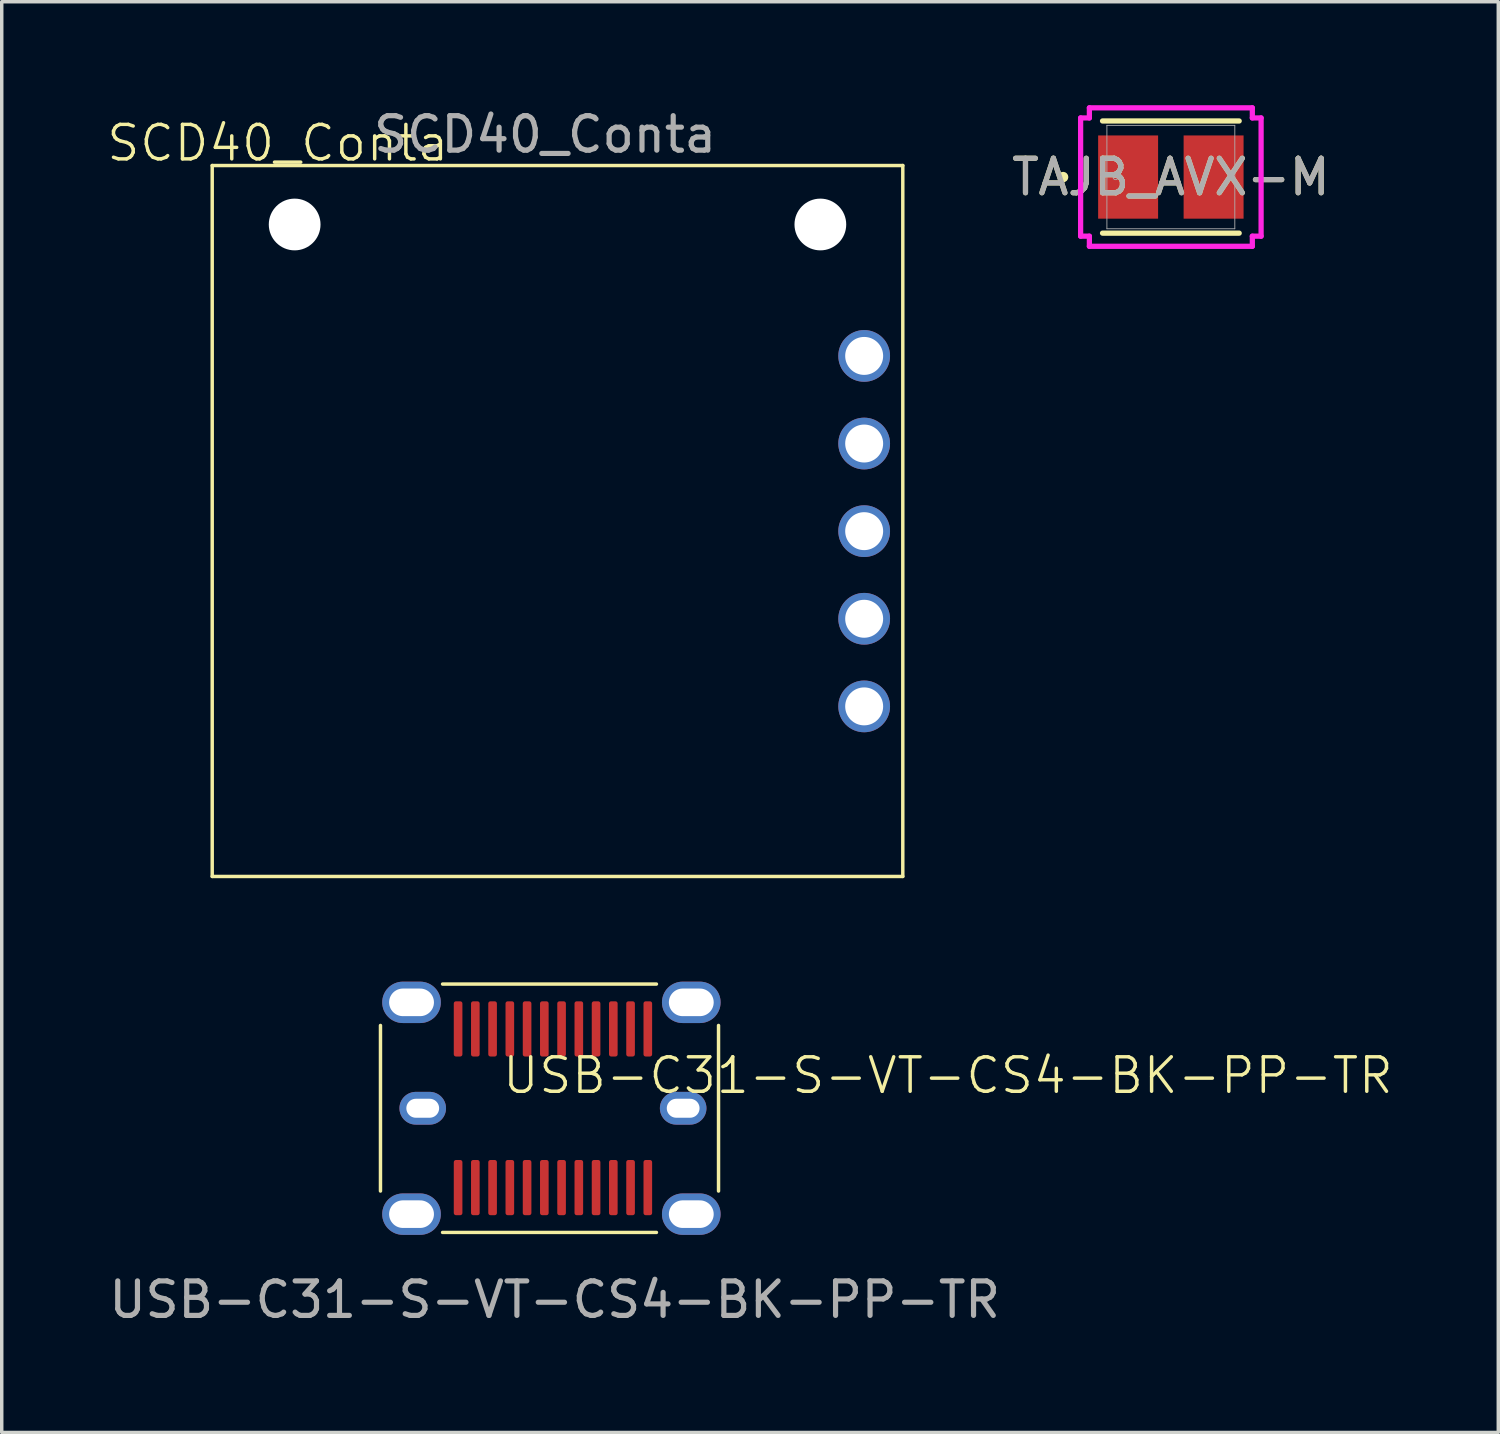
<source format=kicad_pcb>
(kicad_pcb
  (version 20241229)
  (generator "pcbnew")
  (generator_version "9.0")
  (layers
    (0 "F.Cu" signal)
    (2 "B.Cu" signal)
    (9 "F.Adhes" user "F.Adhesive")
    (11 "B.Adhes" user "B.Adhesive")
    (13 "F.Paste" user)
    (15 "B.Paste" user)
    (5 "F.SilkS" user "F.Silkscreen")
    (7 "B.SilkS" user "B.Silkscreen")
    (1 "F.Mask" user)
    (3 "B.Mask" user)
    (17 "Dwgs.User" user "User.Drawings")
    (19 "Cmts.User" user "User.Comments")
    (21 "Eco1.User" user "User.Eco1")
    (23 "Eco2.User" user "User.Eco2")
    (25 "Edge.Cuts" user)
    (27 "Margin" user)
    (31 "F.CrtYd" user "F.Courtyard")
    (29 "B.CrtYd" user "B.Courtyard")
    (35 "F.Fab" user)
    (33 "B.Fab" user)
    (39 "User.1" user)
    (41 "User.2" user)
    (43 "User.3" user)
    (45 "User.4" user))
  (footprint "SCD40_Conta"
    (layer "F.Cu")
    (at 22.002 12.348)
    (property "Reference" "SCD40_Conta" (at -17 -11.25 0) (unlocked yes) (layer "F.SilkS") (effects (font (size 1 1) (thickness 0.1))))
    (attr through_hole)
    (fp_line (start -18.9 10.01) (end -18.9 -10.6) (stroke (width 0.1) (type default)) (layer "F.SilkS"))
    (fp_line (start -18.9 10.01) (end 1.12 10.01) (stroke (width 0.1) (type default)) (layer "F.SilkS"))
    (fp_line (start 1.12 -10.6) (end -18.9 -10.6) (stroke (width 0.1) (type default)) (layer "F.SilkS"))
    (fp_line (start 1.12 10.01) (end 1.12 -10.6) (stroke (width 0.1) (type default)) (layer "F.SilkS"))
    (fp_text user "${REFERENCE}" (at -9.25 -11.5 0) (unlocked yes) (layer "F.Fab") (effects (font (size 1 1) (thickness 0.15))))
    (pad "" np_thru_hole circle (at -16.51 -8.89) (size 1.5 1.5) (drill 2.2) (layers "*.Cu" "*.Mask"))
    (pad "" np_thru_hole circle (at -1.27 -8.89) (size 1.5 1.5) (drill 2.2) (layers "*.Cu" "*.Mask"))
    (pad "1" thru_hole circle (at 0 -5.08) (size 1.5 1.5) (drill 1.1) (layers "*.Cu" "*.Mask"))
    (pad "2" thru_hole circle (at 0 -2.54) (size 1.5 1.5) (drill 1.1) (layers "*.Cu" "*.Mask"))
    (pad "3" thru_hole circle (at 0 0) (size 1.5 1.5) (drill 1.1) (layers "*.Cu" "*.Mask"))
    (pad "4" thru_hole circle (at 0 2.54) (size 1.5 1.5) (drill 1.1) (layers "*.Cu" "*.Mask"))
    (pad "5" thru_hole circle (at 0 5.08) (size 1.5 1.5) (drill 1.1) (layers "*.Cu" "*.Mask")))
  (footprint "USB-C31-S-VT-CS4-BK-PP-TR"
    (layer "F.Cu")
    (at 12.98 29.078)
    (property "Reference" "USB-C31-S-VT-CS4-BK-PP-TR" (at 11.45 -0.95 0) (unlocked yes) (layer "F.SilkS") (effects (font (size 1 1) (thickness 0.1))))
    (attr smd)
    (fp_line (start -5 -2.4) (end -5 2.4) (stroke (width 0.1) (type default)) (layer "F.SilkS"))
    (fp_line (start -3.2 -3.6) (end 3 -3.6) (stroke (width 0.1) (type default)) (layer "F.SilkS"))
    (fp_line (start 3 3.6) (end -3.2 3.6) (stroke (width 0.1) (type default)) (layer "F.SilkS"))
    (fp_line (start 4.8 -2.4) (end 4.8 2.4) (stroke (width 0.1) (type default)) (layer "F.SilkS"))
    (fp_text user "${REFERENCE}" (at 0.05 5.55 0) (unlocked yes) (layer "F.Fab") (effects (font (size 1 1) (thickness 0.15))))
    (pad "" thru_hole oval (at -4.1 -3.07) (size 1.7 1.2) (drill oval 1.3 0.8) (layers "*.Cu" "*.Mask"))
    (pad "" thru_hole oval (at -4.1 3.07) (size 1.7 1.2) (drill oval 1.3 0.8) (layers "*.Cu" "*.Mask"))
    (pad "" thru_hole oval (at -3.775 0) (size 1.35 0.95) (drill oval 0.95 0.55) (layers "*.Cu" "*.Mask"))
    (pad "" thru_hole oval (at 3.775 0) (size 1.35 0.95) (drill oval 0.95 0.55) (layers "*.Cu" "*.Mask"))
    (pad "" thru_hole oval (at 4.01 -3.07) (size 1.7 1.2) (drill oval 1.3 0.8) (layers "*.Cu" "*.Mask"))
    (pad "" thru_hole oval (at 4.01 3.07) (size 1.7 1.2) (drill oval 1.3 0.8) (layers "*.Cu" "*.Mask"))
    (pad "1" smd roundrect (at -2.75 -2.3) (size 0.25 1.6) (layers "F.Cu" "F.Mask" "F.Paste") (roundrect_rratio 0.25))
    (pad "1" smd roundrect (at 2.75 2.3) (size 0.25 1.6) (layers "F.Cu" "F.Mask" "F.Paste") (roundrect_rratio 0.25))
    (pad "2" smd roundrect (at -2.25 -2.3) (size 0.25 1.6) (layers "F.Cu" "F.Mask" "F.Paste") (roundrect_rratio 0.25))
    (pad "2" smd roundrect (at 2.25 2.3) (size 0.25 1.6) (layers "F.Cu" "F.Mask" "F.Paste") (roundrect_rratio 0.25))
    (pad "3" smd roundrect (at -1.75 -2.3) (size 0.25 1.6) (layers "F.Cu" "F.Mask" "F.Paste") (roundrect_rratio 0.25))
    (pad "3" smd roundrect (at 1.75 2.3) (size 0.25 1.6) (layers "F.Cu" "F.Mask" "F.Paste") (roundrect_rratio 0.25))
    (pad "4" smd roundrect (at -1.25 -2.3) (size 0.25 1.6) (layers "F.Cu" "F.Mask" "F.Paste") (roundrect_rratio 0.25))
    (pad "4" smd roundrect (at 1.25 2.3) (size 0.25 1.6) (layers "F.Cu" "F.Mask" "F.Paste") (roundrect_rratio 0.25))
    (pad "5" smd roundrect (at -0.75 -2.3) (size 0.25 1.6) (layers "F.Cu" "F.Mask" "F.Paste") (roundrect_rratio 0.25))
    (pad "5" smd roundrect (at 0.75 2.3) (size 0.25 1.6) (layers "F.Cu" "F.Mask" "F.Paste") (roundrect_rratio 0.25))
    (pad "6" smd roundrect (at -0.25 -2.3) (size 0.25 1.6) (layers "F.Cu" "F.Mask" "F.Paste") (roundrect_rratio 0.25))
    (pad "6" smd roundrect (at 0.25 2.3) (size 0.25 1.6) (layers "F.Cu" "F.Mask" "F.Paste") (roundrect_rratio 0.25))
    (pad "7" smd roundrect (at -0.25 2.3) (size 0.25 1.6) (layers "F.Cu" "F.Mask" "F.Paste") (roundrect_rratio 0.25))
    (pad "7" smd roundrect (at 0.25 -2.3) (size 0.25 1.6) (layers "F.Cu" "F.Mask" "F.Paste") (roundrect_rratio 0.25))
    (pad "8" smd roundrect (at -0.75 2.3) (size 0.25 1.6) (layers "F.Cu" "F.Mask" "F.Paste") (roundrect_rratio 0.25))
    (pad "8" smd roundrect (at 0.75 -2.3) (size 0.25 1.6) (layers "F.Cu" "F.Mask" "F.Paste") (roundrect_rratio 0.25))
    (pad "9" smd roundrect (at -1.25 2.3) (size 0.25 1.6) (layers "F.Cu" "F.Mask" "F.Paste") (roundrect_rratio 0.25))
    (pad "9" smd roundrect (at 1.25 -2.3) (size 0.25 1.6) (layers "F.Cu" "F.Mask" "F.Paste") (roundrect_rratio 0.25))
    (pad "10" smd roundrect (at -1.75 2.3) (size 0.25 1.6) (layers "F.Cu" "F.Mask" "F.Paste") (roundrect_rratio 0.25))
    (pad "10" smd roundrect (at 1.75 -2.3) (size 0.25 1.6) (layers "F.Cu" "F.Mask" "F.Paste") (roundrect_rratio 0.25))
    (pad "11" smd roundrect (at -2.25 2.3) (size 0.25 1.6) (layers "F.Cu" "F.Mask" "F.Paste") (roundrect_rratio 0.25))
    (pad "11" smd roundrect (at 2.25 -2.3) (size 0.25 1.6) (layers "F.Cu" "F.Mask" "F.Paste") (roundrect_rratio 0.25))
    (pad "12" smd roundrect (at -2.75 2.3) (size 0.25 1.6) (layers "F.Cu" "F.Mask" "F.Paste") (roundrect_rratio 0.25))
    (pad "12" smd roundrect (at 2.75 -2.3) (size 0.25 1.6) (layers "F.Cu" "F.Mask" "F.Paste") (roundrect_rratio 0.25)))
  (footprint "TAJB_AVX-M"
    (layer "F.Cu")
    (at 30.893 2.083)
    (property "Reference" "TAJB_AVX-M" (at 0 0 0) (unlocked yes) (layer "F.SilkS") (effects (font (size 1 1) (thickness 0.15))))
    (attr smd)
    (fp_line (start -1.981 1.626) (end 1.981 1.626) (stroke (width 0.152) (type solid)) (layer "F.SilkS"))
    (fp_line (start 1.981 -1.626) (end -1.981 -1.626) (stroke (width 0.152) (type solid)) (layer "F.SilkS"))
    (fp_circle (center -3.124 0) (end -3.048 0) (stroke (width 0.152) (type solid)) (fill no) (layer "F.SilkS"))
    (fp_line (start -2.616 -1.714) (end -2.362 -1.714) (stroke (width 0.152) (type solid)) (layer "F.CrtYd"))
    (fp_line (start -2.616 1.714) (end -2.616 -1.714) (stroke (width 0.152) (type solid)) (layer "F.CrtYd"))
    (fp_line (start -2.362 -2.007) (end 2.362 -2.007) (stroke (width 0.152) (type solid)) (layer "F.CrtYd"))
    (fp_line (start -2.362 -1.714) (end -2.362 -2.007) (stroke (width 0.152) (type solid)) (layer "F.CrtYd"))
    (fp_line (start -2.362 1.714) (end -2.616 1.714) (stroke (width 0.152) (type solid)) (layer "F.CrtYd"))
    (fp_line (start -2.362 2.007) (end -2.362 1.714) (stroke (width 0.152) (type solid)) (layer "F.CrtYd"))
    (fp_line (start 2.362 -2.007) (end 2.362 -1.714) (stroke (width 0.152) (type solid)) (layer "F.CrtYd"))
    (fp_line (start 2.362 -1.714) (end 2.616 -1.714) (stroke (width 0.152) (type solid)) (layer "F.CrtYd"))
    (fp_line (start 2.362 1.714) (end 2.362 2.007) (stroke (width 0.152) (type solid)) (layer "F.CrtYd"))
    (fp_line (start 2.362 2.007) (end -2.362 2.007) (stroke (width 0.152) (type solid)) (layer "F.CrtYd"))
    (fp_line (start 2.616 -1.714) (end 2.616 1.714) (stroke (width 0.152) (type solid)) (layer "F.CrtYd"))
    (fp_line (start 2.616 1.714) (end 2.362 1.714) (stroke (width 0.152) (type solid)) (layer "F.CrtYd"))
    (fp_line (start -1.854 -1.499) (end -1.854 1.499) (stroke (width 0.025) (type solid)) (layer "F.Fab"))
    (fp_line (start -1.854 1.499) (end 1.854 1.499) (stroke (width 0.025) (type solid)) (layer "F.Fab"))
    (fp_line (start 1.854 -1.499) (end -1.854 -1.499) (stroke (width 0.025) (type solid)) (layer "F.Fab"))
    (fp_line (start 1.854 1.499) (end 1.854 -1.499) (stroke (width 0.025) (type solid)) (layer "F.Fab"))
    (fp_circle (center -1.6 0) (end -1.524 0) (stroke (width 0.025) (type solid)) (fill no) (layer "F.Fab"))
    (fp_text user "${REFERENCE}" (at 0 0 0) (unlocked yes) (layer "F.Fab") (effects (font (size 1 1) (thickness 0.15))))
    (pad "1" smd rect (at -1.239 0 90) (size 2.413 1.738) (layers "F.Cu" "F.Mask" "F.Paste"))
    (pad "2" smd rect (at 1.239 0 90) (size 2.413 1.738) (layers "F.Cu" "F.Mask" "F.Paste"))
    (zone (net_name "") (layer "F.Cu") (hatch full 0.508) (connect_pads) (min_thickness 0.254) (filled_areas_thickness no) (keepout (tracks not_allowed) (vias not_allowed) (pads allowed) (copperpour not_allowed) (footprints allowed)) (placement (enabled no)) (fill) (polygon (pts (xy 29.089 0.635) (xy 32.696 0.635) (xy 32.696 0.826) (xy 29.089 0.826))))
    (zone (net_name "") (layer "F.Cu") (hatch full 0.508) (connect_pads) (min_thickness 0.254) (filled_areas_thickness no) (keepout (tracks not_allowed) (vias not_allowed) (pads allowed) (copperpour not_allowed) (footprints allowed)) (placement (enabled no)) (fill) (polygon (pts (xy 29.089 3.34) (xy 32.696 3.34) (xy 32.696 3.531) (xy 29.089 3.531))))
    (zone (net_name "") (layer "F.Cu") (hatch full 0.508) (connect_pads) (min_thickness 0.254) (filled_areas_thickness no) (keepout (tracks not_allowed) (vias not_allowed) (pads allowed) (copperpour not_allowed) (footprints allowed)) (placement (enabled no)) (fill) (polygon (pts (xy 30.573 0.826) (xy 31.212 0.826) (xy 31.212 3.34) (xy 30.573 3.34)))))
  (gr_rect
    (start -3 -3)
    (end 40.385 38.477)
    (stroke (width 0.1) (type default))
    (fill no)
    (layer "Edge.Cuts")))
</source>
